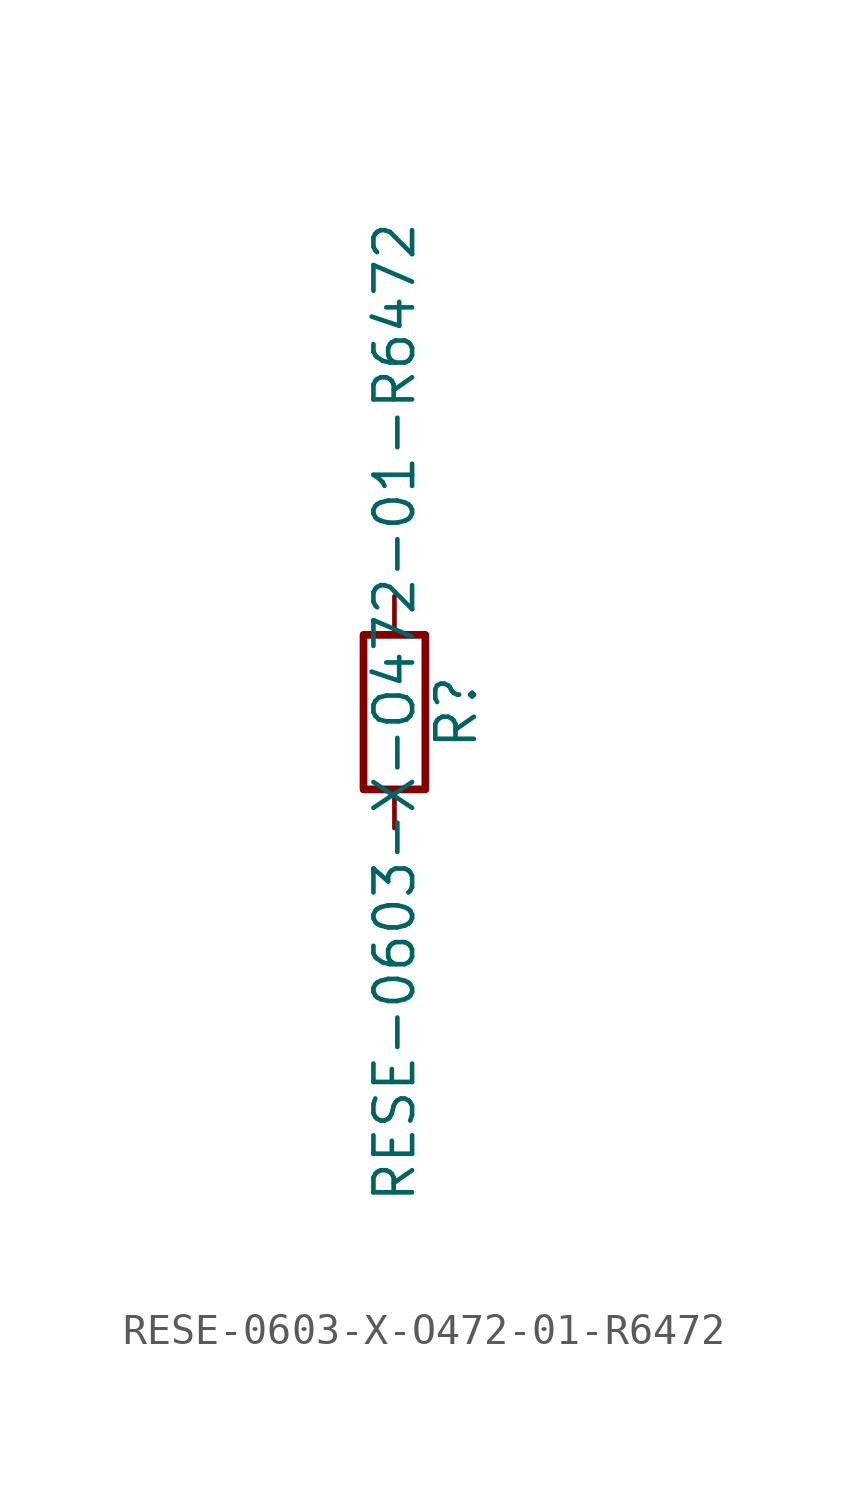
<source format=kicad_sym>
(kicad_symbol_lib
  (version 20211014)
  (generator kicad_symbol_editor)
  (symbol "RESE-0603-X-O472-01-R6472"
    (pin_numbers hide)
    (pin_names
      (offset 0))
    (property "Reference" "R"
      (at 2.032 0 90)
      (effects (font (size 1.27 1.27))))
    (property "Value" "RESE-0603-X-O472-01-R6472"
      (at 0 0 90)
      (effects (font (size 1.27 1.27))))
    (symbol "RESE-0603-X-O472-01-R6472_0_1"
      (rectangle (start -1.016 -2.54) (end 1.016 2.54) (stroke (width 0.254) (type default) (color 0 0 0 0)) (fill (type none))))
    (symbol "RESE-0603-X-O472-01-R6472_1_1"
      (pin passive line (at 0 3.81 270) (length 1.27) (name "~" (effects (font (size 1.27 1.27)))) (number "1" (effects (font (size 1.27 1.27)))))
      (pin passive line (at 0 -3.81 90) (length 1.27) (name "~" (effects (font (size 1.27 1.27)))) (number "2" (effects (font (size 1.27 1.27))))))))
</source>
